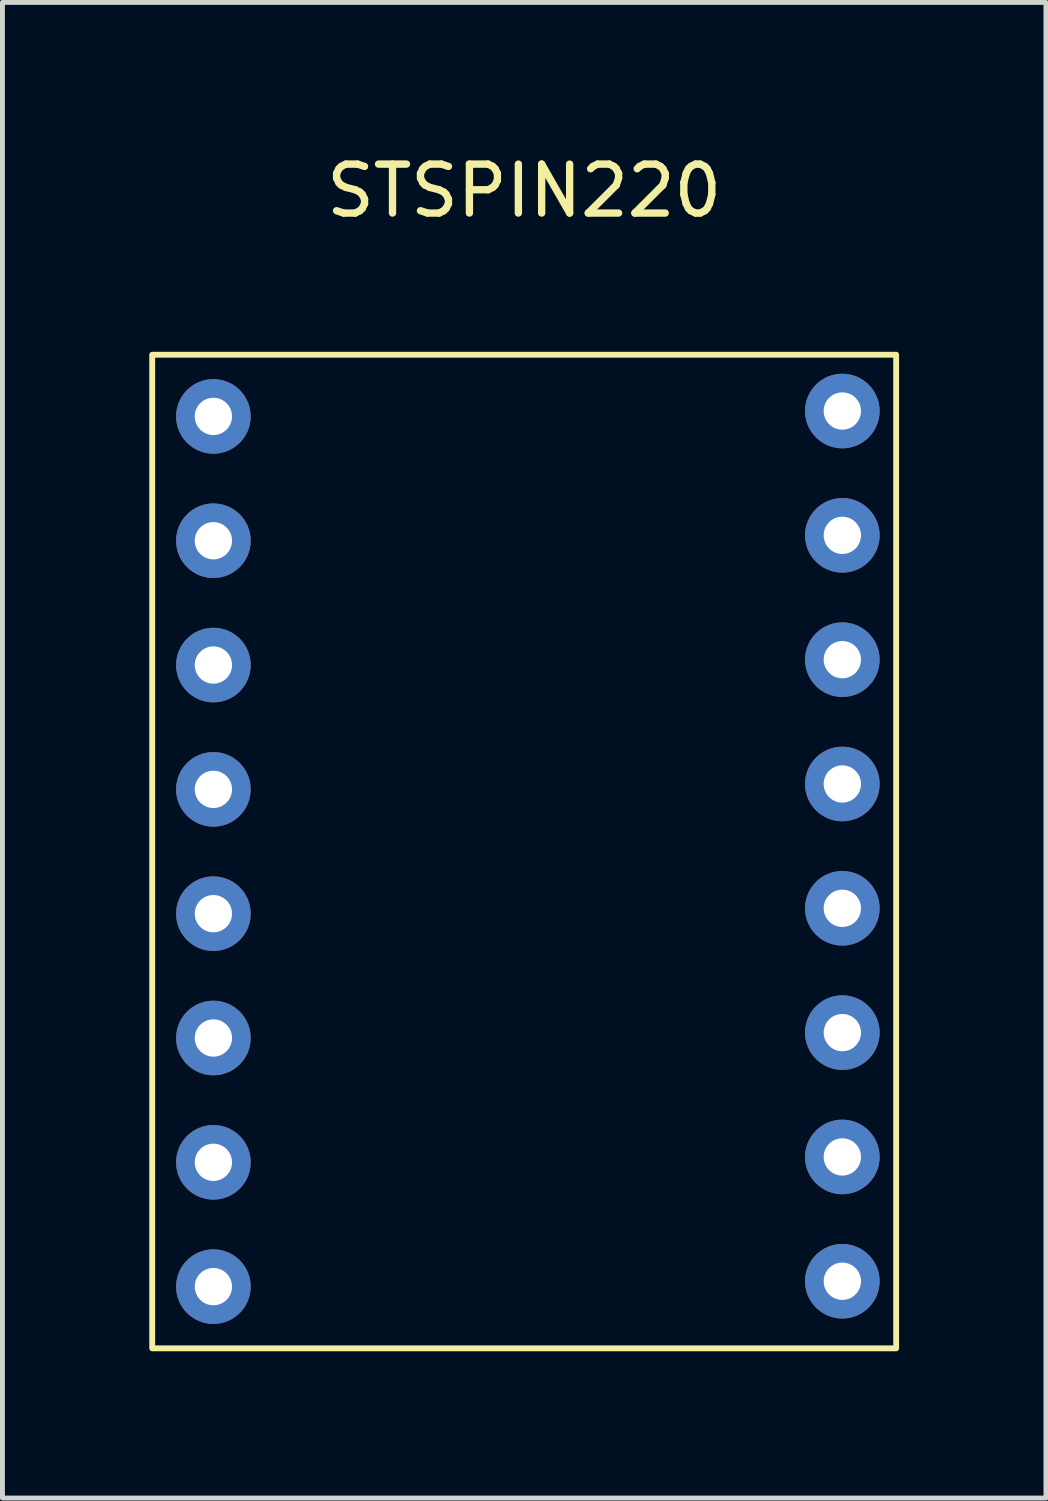
<source format=kicad_pcb>
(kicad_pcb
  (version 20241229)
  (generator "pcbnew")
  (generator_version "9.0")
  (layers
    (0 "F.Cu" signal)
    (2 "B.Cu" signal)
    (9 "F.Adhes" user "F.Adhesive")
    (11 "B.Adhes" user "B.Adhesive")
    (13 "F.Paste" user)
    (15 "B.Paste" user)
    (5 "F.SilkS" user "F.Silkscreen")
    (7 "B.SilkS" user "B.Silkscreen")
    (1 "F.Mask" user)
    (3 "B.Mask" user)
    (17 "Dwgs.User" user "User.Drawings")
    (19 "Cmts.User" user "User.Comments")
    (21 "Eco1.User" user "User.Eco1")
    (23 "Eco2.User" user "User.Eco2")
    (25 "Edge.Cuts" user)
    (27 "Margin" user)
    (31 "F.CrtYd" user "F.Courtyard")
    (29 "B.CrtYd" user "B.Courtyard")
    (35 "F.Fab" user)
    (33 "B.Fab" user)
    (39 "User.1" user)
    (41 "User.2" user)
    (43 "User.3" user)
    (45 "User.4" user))
  (footprint "STSPIN220"
    (layer "F.Cu")
    (at 7.66 14.348)
    (property "Reference" "STSPIN220" (at 0 -13.5 0) (unlocked yes) (layer "F.SilkS") (effects (font (size 1 1) (thickness 0.15))))
    (attr through_hole)
    (fp_rect (start 7.6 10.15) (end -7.6 -10.15) (stroke (width 0.12) (type solid)) (fill no) (layer "F.SilkS"))
    (pad "1" thru_hole circle (at -6.35 -8.89) (size 1.524 1.524) (drill 0.762) (layers "*.Cu" "*.Mask"))
    (pad "2" thru_hole circle (at -6.35 -6.35) (size 1.524 1.524) (drill 0.762) (layers "*.Cu" "*.Mask"))
    (pad "3" thru_hole circle (at -6.35 -3.81) (size 1.524 1.524) (drill 0.762) (layers "*.Cu" "*.Mask"))
    (pad "4" thru_hole circle (at -6.35 -1.27) (size 1.524 1.524) (drill 0.762) (layers "*.Cu" "*.Mask"))
    (pad "5" thru_hole circle (at -6.35 1.27) (size 1.524 1.524) (drill 0.762) (layers "*.Cu" "*.Mask"))
    (pad "6" thru_hole circle (at -6.35 3.81) (size 1.524 1.524) (drill 0.762) (layers "*.Cu" "*.Mask"))
    (pad "7" thru_hole circle (at -6.35 6.35) (size 1.524 1.524) (drill 0.762) (layers "*.Cu" "*.Mask"))
    (pad "8" thru_hole circle (at -6.35 8.89) (size 1.524 1.524) (drill 0.762) (layers "*.Cu" "*.Mask"))
    (pad "9" thru_hole circle (at 6.5 8.78) (size 1.524 1.524) (drill 0.762) (layers "*.Cu" "*.Mask"))
    (pad "10" thru_hole circle (at 6.5 6.24) (size 1.524 1.524) (drill 0.762) (layers "*.Cu" "*.Mask"))
    (pad "11" thru_hole circle (at 6.5 3.7) (size 1.524 1.524) (drill 0.762) (layers "*.Cu" "*.Mask"))
    (pad "12" thru_hole circle (at 6.5 1.16) (size 1.524 1.524) (drill 0.762) (layers "*.Cu" "*.Mask"))
    (pad "13" thru_hole circle (at 6.5 -1.38) (size 1.524 1.524) (drill 0.762) (layers "*.Cu" "*.Mask"))
    (pad "14" thru_hole circle (at 6.5 -3.92) (size 1.524 1.524) (drill 0.762) (layers "*.Cu" "*.Mask"))
    (pad "15" thru_hole circle (at 6.5 -6.46) (size 1.524 1.524) (drill 0.762) (layers "*.Cu" "*.Mask"))
    (pad "16" thru_hole circle (at 6.5 -9) (size 1.524 1.524) (drill 0.762) (layers "*.Cu" "*.Mask")))
  (gr_rect
    (start -3 -3)
    (end 18.32 27.558)
    (stroke (width 0.1) (type default))
    (fill no)
    (layer "Edge.Cuts")))
</source>
